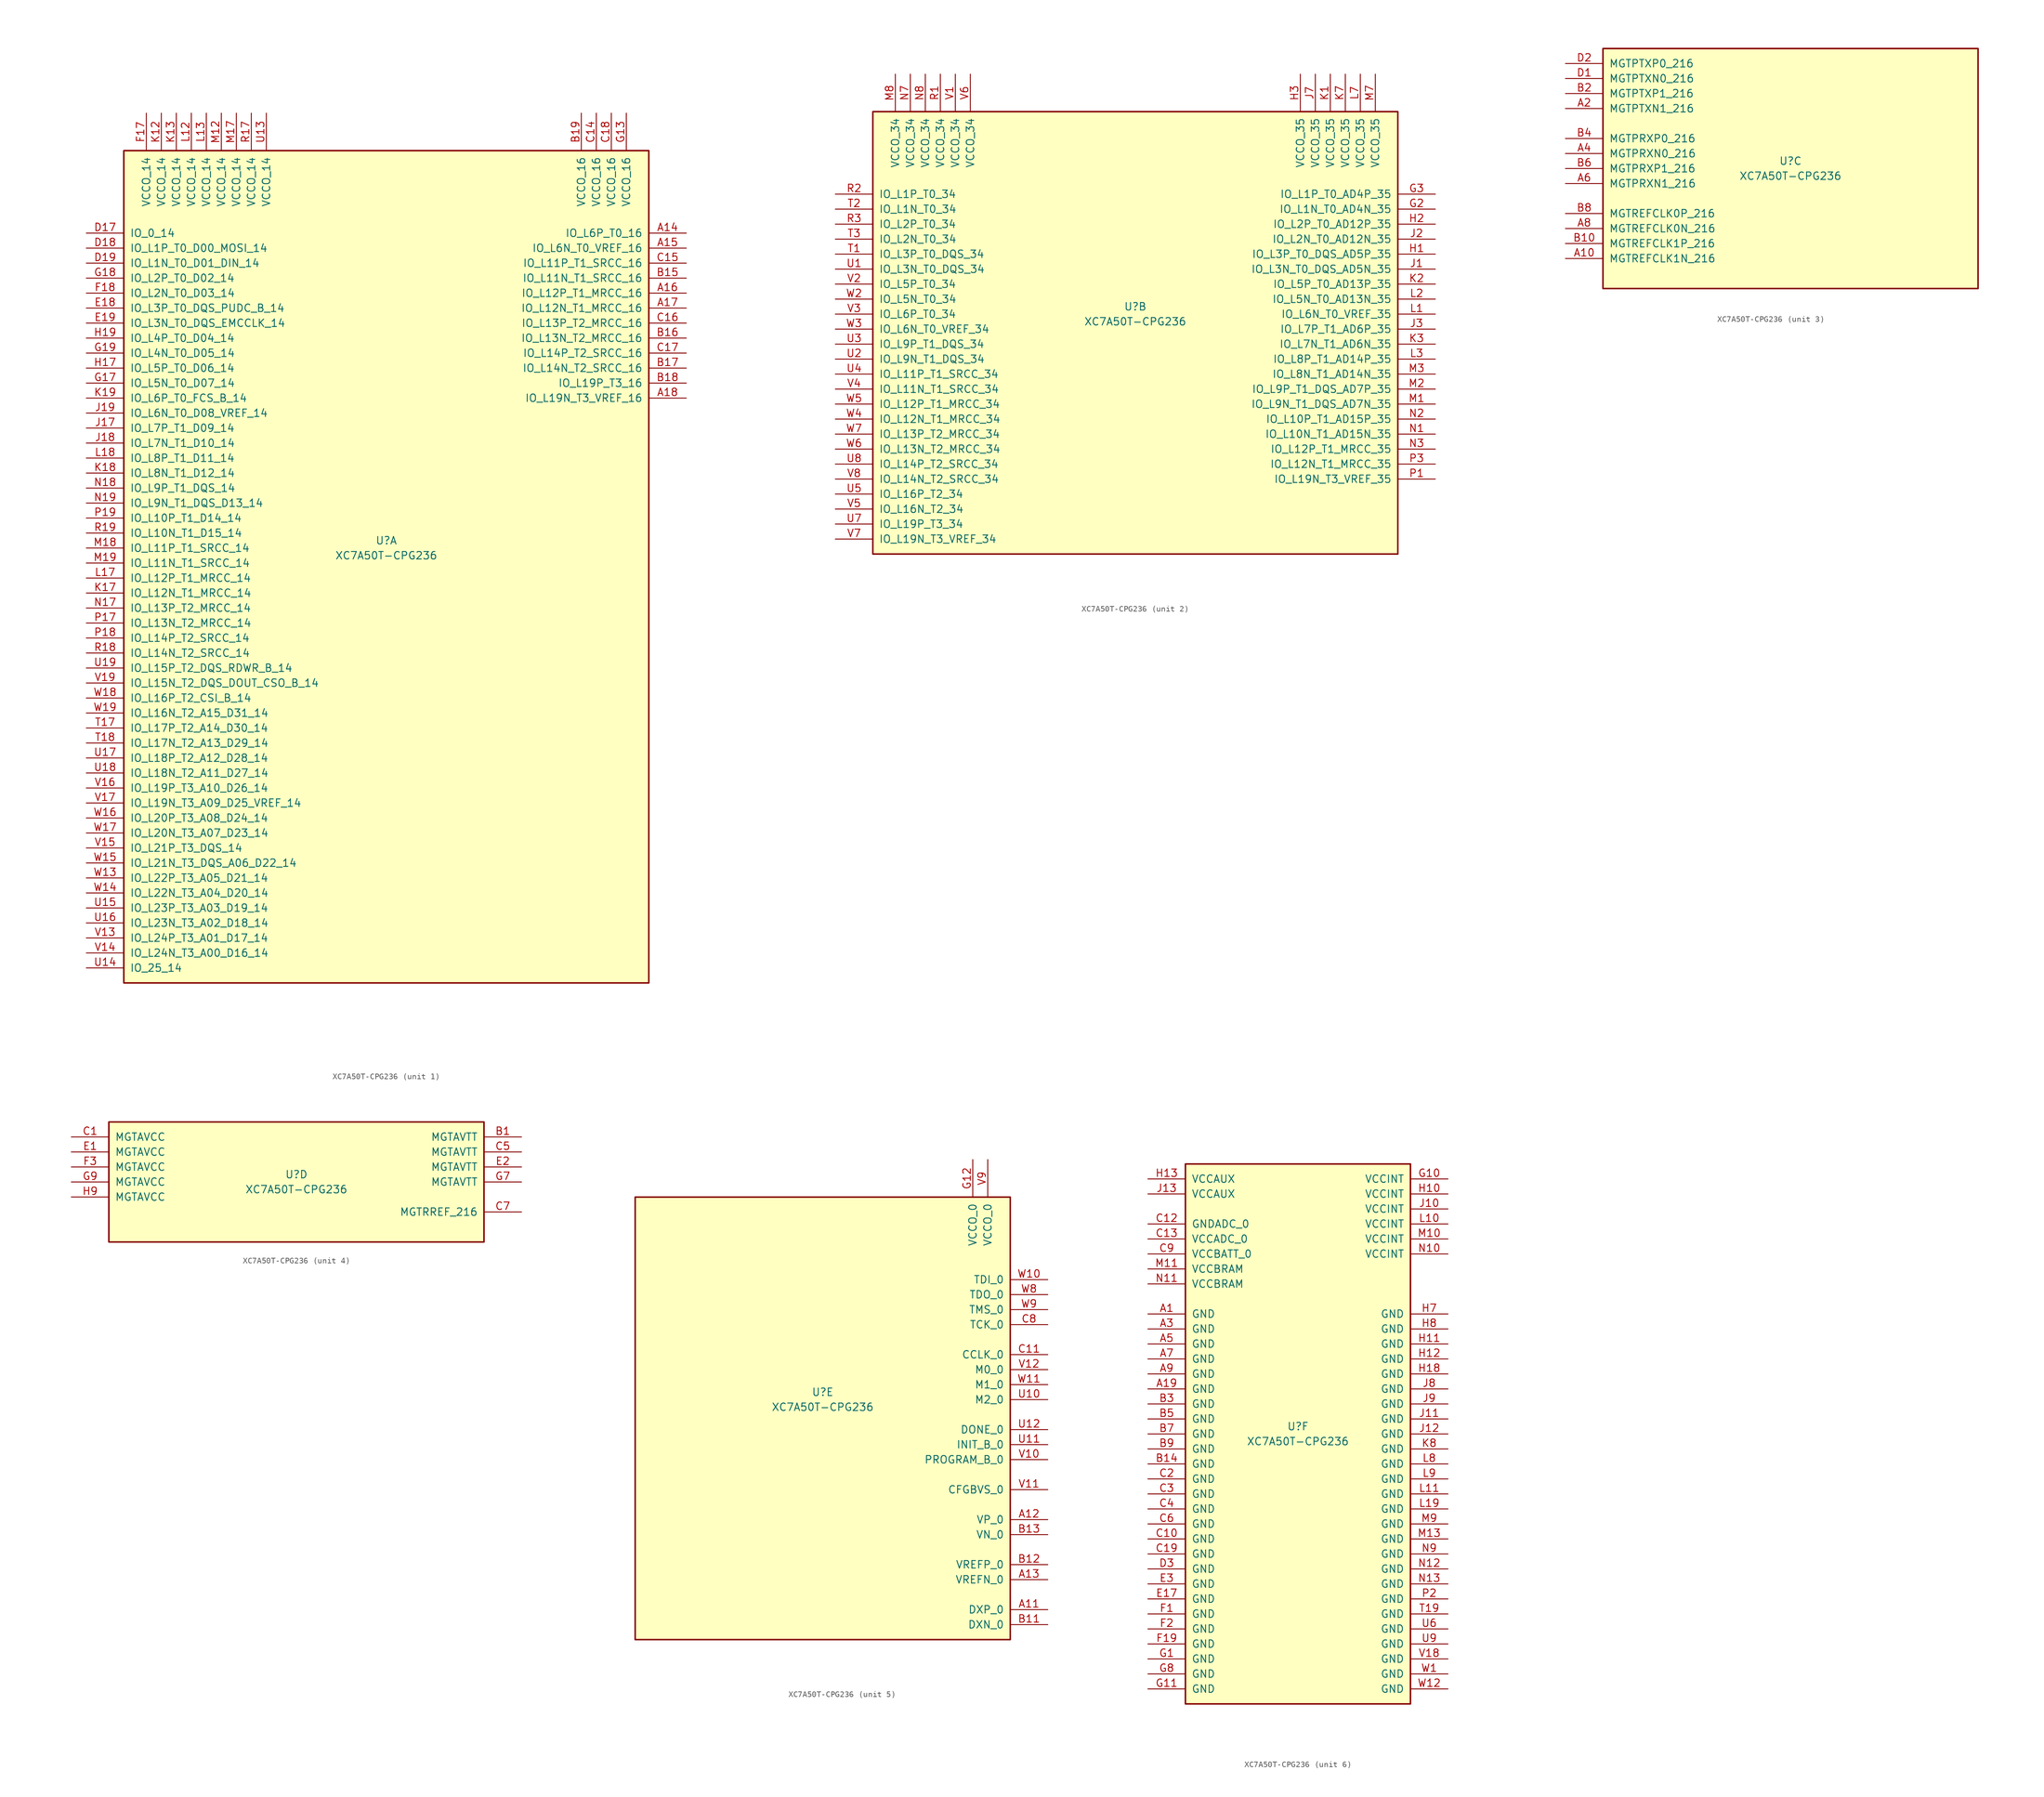
<source format=kicad_sym>
(kicad_symbol_lib
  (version 20231120)
  (generator "kicad_symbol_editor")
  (generator_version "8.0")
  (symbol "XC7A50T-CPG236"
    (pin_names
      (offset 1.016))
    (property "Reference" "U"
      (at 0 1.27 0)
      (effects (font (size 1.27 1.27))))
    (property "Value" "XC7A50T-CPG236"
      (at 0 -1.27 0)
      (effects (font (size 1.27 1.27))))
    (property "Datasheet" ""
      (at 0 0 0)
      (effects (font (size 1.27 1.27))))
    (property "ki_locked" ""
      (at 0 0 0)
      (effects (font (size 1.27 1.27))))
    (symbol "XC7A50T-CPG236_1_1"
      (rectangle (start -44.45 67.31) (end 44.45 -73.66) (stroke (width 0.254) (type solid)) (fill (type background)))
      (pin bidirectional line (at 50.8 53.34 180) (length 6.35) (name "IO_L6P_T0_16" (effects (font (size 1.27 1.27)))) (number "A14" (effects (font (size 1.27 1.27)))))
      (pin bidirectional line (at 50.8 50.8 180) (length 6.35) (name "IO_L6N_T0_VREF_16" (effects (font (size 1.27 1.27)))) (number "A15" (effects (font (size 1.27 1.27)))))
      (pin bidirectional line (at 50.8 43.18 180) (length 6.35) (name "IO_L12P_T1_MRCC_16" (effects (font (size 1.27 1.27)))) (number "A16" (effects (font (size 1.27 1.27)))))
      (pin bidirectional line (at 50.8 40.64 180) (length 6.35) (name "IO_L12N_T1_MRCC_16" (effects (font (size 1.27 1.27)))) (number "A17" (effects (font (size 1.27 1.27)))))
      (pin bidirectional line (at 50.8 25.4 180) (length 6.35) (name "IO_L19N_T3_VREF_16" (effects (font (size 1.27 1.27)))) (number "A18" (effects (font (size 1.27 1.27)))))
      (pin bidirectional line (at 50.8 45.72 180) (length 6.35) (name "IO_L11N_T1_SRCC_16" (effects (font (size 1.27 1.27)))) (number "B15" (effects (font (size 1.27 1.27)))))
      (pin bidirectional line (at 50.8 35.56 180) (length 6.35) (name "IO_L13N_T2_MRCC_16" (effects (font (size 1.27 1.27)))) (number "B16" (effects (font (size 1.27 1.27)))))
      (pin bidirectional line (at 50.8 30.48 180) (length 6.35) (name "IO_L14N_T2_SRCC_16" (effects (font (size 1.27 1.27)))) (number "B17" (effects (font (size 1.27 1.27)))))
      (pin bidirectional line (at 50.8 27.94 180) (length 6.35) (name "IO_L19P_T3_16" (effects (font (size 1.27 1.27)))) (number "B18" (effects (font (size 1.27 1.27)))))
      (pin power_in line (at 33.02 73.66 270) (length 6.35) (name "VCCO_16" (effects (font (size 1.27 1.27)))) (number "B19" (effects (font (size 1.27 1.27)))))
      (pin power_in line (at 35.56 73.66 270) (length 6.35) (name "VCCO_16" (effects (font (size 1.27 1.27)))) (number "C14" (effects (font (size 1.27 1.27)))))
      (pin bidirectional line (at 50.8 48.26 180) (length 6.35) (name "IO_L11P_T1_SRCC_16" (effects (font (size 1.27 1.27)))) (number "C15" (effects (font (size 1.27 1.27)))))
      (pin bidirectional line (at 50.8 38.1 180) (length 6.35) (name "IO_L13P_T2_MRCC_16" (effects (font (size 1.27 1.27)))) (number "C16" (effects (font (size 1.27 1.27)))))
      (pin bidirectional line (at 50.8 33.02 180) (length 6.35) (name "IO_L14P_T2_SRCC_16" (effects (font (size 1.27 1.27)))) (number "C17" (effects (font (size 1.27 1.27)))))
      (pin power_in line (at 38.1 73.66 270) (length 6.35) (name "VCCO_16" (effects (font (size 1.27 1.27)))) (number "C18" (effects (font (size 1.27 1.27)))))
      (pin bidirectional line (at -50.8 53.34 0) (length 6.35) (name "IO_0_14" (effects (font (size 1.27 1.27)))) (number "D17" (effects (font (size 1.27 1.27)))))
      (pin bidirectional line (at -50.8 50.8 0) (length 6.35) (name "IO_L1P_T0_D00_MOSI_14" (effects (font (size 1.27 1.27)))) (number "D18" (effects (font (size 1.27 1.27)))))
      (pin bidirectional line (at -50.8 48.26 0) (length 6.35) (name "IO_L1N_T0_D01_DIN_14" (effects (font (size 1.27 1.27)))) (number "D19" (effects (font (size 1.27 1.27)))))
      (pin bidirectional line (at -50.8 40.64 0) (length 6.35) (name "IO_L3P_T0_DQS_PUDC_B_14" (effects (font (size 1.27 1.27)))) (number "E18" (effects (font (size 1.27 1.27)))))
      (pin bidirectional line (at -50.8 38.1 0) (length 6.35) (name "IO_L3N_T0_DQS_EMCCLK_14" (effects (font (size 1.27 1.27)))) (number "E19" (effects (font (size 1.27 1.27)))))
      (pin power_in line (at -40.64 73.66 270) (length 6.35) (name "VCCO_14" (effects (font (size 1.27 1.27)))) (number "F17" (effects (font (size 1.27 1.27)))))
      (pin bidirectional line (at -50.8 43.18 0) (length 6.35) (name "IO_L2N_T0_D03_14" (effects (font (size 1.27 1.27)))) (number "F18" (effects (font (size 1.27 1.27)))))
      (pin power_in line (at 40.64 73.66 270) (length 6.35) (name "VCCO_16" (effects (font (size 1.27 1.27)))) (number "G13" (effects (font (size 1.27 1.27)))))
      (pin bidirectional line (at -50.8 27.94 0) (length 6.35) (name "IO_L5N_T0_D07_14" (effects (font (size 1.27 1.27)))) (number "G17" (effects (font (size 1.27 1.27)))))
      (pin bidirectional line (at -50.8 45.72 0) (length 6.35) (name "IO_L2P_T0_D02_14" (effects (font (size 1.27 1.27)))) (number "G18" (effects (font (size 1.27 1.27)))))
      (pin bidirectional line (at -50.8 33.02 0) (length 6.35) (name "IO_L4N_T0_D05_14" (effects (font (size 1.27 1.27)))) (number "G19" (effects (font (size 1.27 1.27)))))
      (pin bidirectional line (at -50.8 30.48 0) (length 6.35) (name "IO_L5P_T0_D06_14" (effects (font (size 1.27 1.27)))) (number "H17" (effects (font (size 1.27 1.27)))))
      (pin bidirectional line (at -50.8 35.56 0) (length 6.35) (name "IO_L4P_T0_D04_14" (effects (font (size 1.27 1.27)))) (number "H19" (effects (font (size 1.27 1.27)))))
      (pin bidirectional line (at -50.8 20.32 0) (length 6.35) (name "IO_L7P_T1_D09_14" (effects (font (size 1.27 1.27)))) (number "J17" (effects (font (size 1.27 1.27)))))
      (pin bidirectional line (at -50.8 17.78 0) (length 6.35) (name "IO_L7N_T1_D10_14" (effects (font (size 1.27 1.27)))) (number "J18" (effects (font (size 1.27 1.27)))))
      (pin bidirectional line (at -50.8 22.86 0) (length 6.35) (name "IO_L6N_T0_D08_VREF_14" (effects (font (size 1.27 1.27)))) (number "J19" (effects (font (size 1.27 1.27)))))
      (pin power_in line (at -38.1 73.66 270) (length 6.35) (name "VCCO_14" (effects (font (size 1.27 1.27)))) (number "K12" (effects (font (size 1.27 1.27)))))
      (pin power_in line (at -35.56 73.66 270) (length 6.35) (name "VCCO_14" (effects (font (size 1.27 1.27)))) (number "K13" (effects (font (size 1.27 1.27)))))
      (pin bidirectional line (at -50.8 -7.62 0) (length 6.35) (name "IO_L12N_T1_MRCC_14" (effects (font (size 1.27 1.27)))) (number "K17" (effects (font (size 1.27 1.27)))))
      (pin bidirectional line (at -50.8 12.7 0) (length 6.35) (name "IO_L8N_T1_D12_14" (effects (font (size 1.27 1.27)))) (number "K18" (effects (font (size 1.27 1.27)))))
      (pin bidirectional line (at -50.8 25.4 0) (length 6.35) (name "IO_L6P_T0_FCS_B_14" (effects (font (size 1.27 1.27)))) (number "K19" (effects (font (size 1.27 1.27)))))
      (pin power_in line (at -33.02 73.66 270) (length 6.35) (name "VCCO_14" (effects (font (size 1.27 1.27)))) (number "L12" (effects (font (size 1.27 1.27)))))
      (pin power_in line (at -30.48 73.66 270) (length 6.35) (name "VCCO_14" (effects (font (size 1.27 1.27)))) (number "L13" (effects (font (size 1.27 1.27)))))
      (pin bidirectional line (at -50.8 -5.08 0) (length 6.35) (name "IO_L12P_T1_MRCC_14" (effects (font (size 1.27 1.27)))) (number "L17" (effects (font (size 1.27 1.27)))))
      (pin bidirectional line (at -50.8 15.24 0) (length 6.35) (name "IO_L8P_T1_D11_14" (effects (font (size 1.27 1.27)))) (number "L18" (effects (font (size 1.27 1.27)))))
      (pin power_in line (at -27.94 73.66 270) (length 6.35) (name "VCCO_14" (effects (font (size 1.27 1.27)))) (number "M12" (effects (font (size 1.27 1.27)))))
      (pin power_in line (at -25.4 73.66 270) (length 6.35) (name "VCCO_14" (effects (font (size 1.27 1.27)))) (number "M17" (effects (font (size 1.27 1.27)))))
      (pin bidirectional line (at -50.8 0 0) (length 6.35) (name "IO_L11P_T1_SRCC_14" (effects (font (size 1.27 1.27)))) (number "M18" (effects (font (size 1.27 1.27)))))
      (pin bidirectional line (at -50.8 -2.54 0) (length 6.35) (name "IO_L11N_T1_SRCC_14" (effects (font (size 1.27 1.27)))) (number "M19" (effects (font (size 1.27 1.27)))))
      (pin bidirectional line (at -50.8 -10.16 0) (length 6.35) (name "IO_L13P_T2_MRCC_14" (effects (font (size 1.27 1.27)))) (number "N17" (effects (font (size 1.27 1.27)))))
      (pin bidirectional line (at -50.8 10.16 0) (length 6.35) (name "IO_L9P_T1_DQS_14" (effects (font (size 1.27 1.27)))) (number "N18" (effects (font (size 1.27 1.27)))))
      (pin bidirectional line (at -50.8 7.62 0) (length 6.35) (name "IO_L9N_T1_DQS_D13_14" (effects (font (size 1.27 1.27)))) (number "N19" (effects (font (size 1.27 1.27)))))
      (pin bidirectional line (at -50.8 -12.7 0) (length 6.35) (name "IO_L13N_T2_MRCC_14" (effects (font (size 1.27 1.27)))) (number "P17" (effects (font (size 1.27 1.27)))))
      (pin bidirectional line (at -50.8 -15.24 0) (length 6.35) (name "IO_L14P_T2_SRCC_14" (effects (font (size 1.27 1.27)))) (number "P18" (effects (font (size 1.27 1.27)))))
      (pin bidirectional line (at -50.8 5.08 0) (length 6.35) (name "IO_L10P_T1_D14_14" (effects (font (size 1.27 1.27)))) (number "P19" (effects (font (size 1.27 1.27)))))
      (pin power_in line (at -22.86 73.66 270) (length 6.35) (name "VCCO_14" (effects (font (size 1.27 1.27)))) (number "R17" (effects (font (size 1.27 1.27)))))
      (pin bidirectional line (at -50.8 -17.78 0) (length 6.35) (name "IO_L14N_T2_SRCC_14" (effects (font (size 1.27 1.27)))) (number "R18" (effects (font (size 1.27 1.27)))))
      (pin bidirectional line (at -50.8 2.54 0) (length 6.35) (name "IO_L10N_T1_D15_14" (effects (font (size 1.27 1.27)))) (number "R19" (effects (font (size 1.27 1.27)))))
      (pin bidirectional line (at -50.8 -30.48 0) (length 6.35) (name "IO_L17P_T2_A14_D30_14" (effects (font (size 1.27 1.27)))) (number "T17" (effects (font (size 1.27 1.27)))))
      (pin bidirectional line (at -50.8 -33.02 0) (length 6.35) (name "IO_L17N_T2_A13_D29_14" (effects (font (size 1.27 1.27)))) (number "T18" (effects (font (size 1.27 1.27)))))
      (pin power_in line (at -20.32 73.66 270) (length 6.35) (name "VCCO_14" (effects (font (size 1.27 1.27)))) (number "U13" (effects (font (size 1.27 1.27)))))
      (pin bidirectional line (at -50.8 -71.12 0) (length 6.35) (name "IO_25_14" (effects (font (size 1.27 1.27)))) (number "U14" (effects (font (size 1.27 1.27)))))
      (pin bidirectional line (at -50.8 -60.96 0) (length 6.35) (name "IO_L23P_T3_A03_D19_14" (effects (font (size 1.27 1.27)))) (number "U15" (effects (font (size 1.27 1.27)))))
      (pin bidirectional line (at -50.8 -63.5 0) (length 6.35) (name "IO_L23N_T3_A02_D18_14" (effects (font (size 1.27 1.27)))) (number "U16" (effects (font (size 1.27 1.27)))))
      (pin bidirectional line (at -50.8 -35.56 0) (length 6.35) (name "IO_L18P_T2_A12_D28_14" (effects (font (size 1.27 1.27)))) (number "U17" (effects (font (size 1.27 1.27)))))
      (pin bidirectional line (at -50.8 -38.1 0) (length 6.35) (name "IO_L18N_T2_A11_D27_14" (effects (font (size 1.27 1.27)))) (number "U18" (effects (font (size 1.27 1.27)))))
      (pin bidirectional line (at -50.8 -20.32 0) (length 6.35) (name "IO_L15P_T2_DQS_RDWR_B_14" (effects (font (size 1.27 1.27)))) (number "U19" (effects (font (size 1.27 1.27)))))
      (pin bidirectional line (at -50.8 -66.04 0) (length 6.35) (name "IO_L24P_T3_A01_D17_14" (effects (font (size 1.27 1.27)))) (number "V13" (effects (font (size 1.27 1.27)))))
      (pin bidirectional line (at -50.8 -68.58 0) (length 6.35) (name "IO_L24N_T3_A00_D16_14" (effects (font (size 1.27 1.27)))) (number "V14" (effects (font (size 1.27 1.27)))))
      (pin bidirectional line (at -50.8 -50.8 0) (length 6.35) (name "IO_L21P_T3_DQS_14" (effects (font (size 1.27 1.27)))) (number "V15" (effects (font (size 1.27 1.27)))))
      (pin bidirectional line (at -50.8 -40.64 0) (length 6.35) (name "IO_L19P_T3_A10_D26_14" (effects (font (size 1.27 1.27)))) (number "V16" (effects (font (size 1.27 1.27)))))
      (pin bidirectional line (at -50.8 -43.18 0) (length 6.35) (name "IO_L19N_T3_A09_D25_VREF_14" (effects (font (size 1.27 1.27)))) (number "V17" (effects (font (size 1.27 1.27)))))
      (pin bidirectional line (at -50.8 -22.86 0) (length 6.35) (name "IO_L15N_T2_DQS_DOUT_CSO_B_14" (effects (font (size 1.27 1.27)))) (number "V19" (effects (font (size 1.27 1.27)))))
      (pin bidirectional line (at -50.8 -55.88 0) (length 6.35) (name "IO_L22P_T3_A05_D21_14" (effects (font (size 1.27 1.27)))) (number "W13" (effects (font (size 1.27 1.27)))))
      (pin bidirectional line (at -50.8 -58.42 0) (length 6.35) (name "IO_L22N_T3_A04_D20_14" (effects (font (size 1.27 1.27)))) (number "W14" (effects (font (size 1.27 1.27)))))
      (pin bidirectional line (at -50.8 -53.34 0) (length 6.35) (name "IO_L21N_T3_DQS_A06_D22_14" (effects (font (size 1.27 1.27)))) (number "W15" (effects (font (size 1.27 1.27)))))
      (pin bidirectional line (at -50.8 -45.72 0) (length 6.35) (name "IO_L20P_T3_A08_D24_14" (effects (font (size 1.27 1.27)))) (number "W16" (effects (font (size 1.27 1.27)))))
      (pin bidirectional line (at -50.8 -48.26 0) (length 6.35) (name "IO_L20N_T3_A07_D23_14" (effects (font (size 1.27 1.27)))) (number "W17" (effects (font (size 1.27 1.27)))))
      (pin bidirectional line (at -50.8 -25.4 0) (length 6.35) (name "IO_L16P_T2_CSI_B_14" (effects (font (size 1.27 1.27)))) (number "W18" (effects (font (size 1.27 1.27)))))
      (pin bidirectional line (at -50.8 -27.94 0) (length 6.35) (name "IO_L16N_T2_A15_D31_14" (effects (font (size 1.27 1.27)))) (number "W19" (effects (font (size 1.27 1.27))))))
    (symbol "XC7A50T-CPG236_2_1"
      (rectangle (start -44.45 34.29) (end 44.45 -40.64) (stroke (width 0.254) (type solid)) (fill (type background)))
      (pin bidirectional line (at 50.8 17.78 180) (length 6.35) (name "IO_L1N_T0_AD4N_35" (effects (font (size 1.27 1.27)))) (number "G2" (effects (font (size 1.27 1.27)))))
      (pin bidirectional line (at 50.8 20.32 180) (length 6.35) (name "IO_L1P_T0_AD4P_35" (effects (font (size 1.27 1.27)))) (number "G3" (effects (font (size 1.27 1.27)))))
      (pin bidirectional line (at 50.8 10.16 180) (length 6.35) (name "IO_L3P_T0_DQS_AD5P_35" (effects (font (size 1.27 1.27)))) (number "H1" (effects (font (size 1.27 1.27)))))
      (pin bidirectional line (at 50.8 15.24 180) (length 6.35) (name "IO_L2P_T0_AD12P_35" (effects (font (size 1.27 1.27)))) (number "H2" (effects (font (size 1.27 1.27)))))
      (pin power_in line (at 27.94 40.64 270) (length 6.35) (name "VCCO_35" (effects (font (size 1.27 1.27)))) (number "H3" (effects (font (size 1.27 1.27)))))
      (pin bidirectional line (at 50.8 7.62 180) (length 6.35) (name "IO_L3N_T0_DQS_AD5N_35" (effects (font (size 1.27 1.27)))) (number "J1" (effects (font (size 1.27 1.27)))))
      (pin bidirectional line (at 50.8 12.7 180) (length 6.35) (name "IO_L2N_T0_AD12N_35" (effects (font (size 1.27 1.27)))) (number "J2" (effects (font (size 1.27 1.27)))))
      (pin bidirectional line (at 50.8 -2.54 180) (length 6.35) (name "IO_L7P_T1_AD6P_35" (effects (font (size 1.27 1.27)))) (number "J3" (effects (font (size 1.27 1.27)))))
      (pin power_in line (at 30.48 40.64 270) (length 6.35) (name "VCCO_35" (effects (font (size 1.27 1.27)))) (number "J7" (effects (font (size 1.27 1.27)))))
      (pin power_in line (at 33.02 40.64 270) (length 6.35) (name "VCCO_35" (effects (font (size 1.27 1.27)))) (number "K1" (effects (font (size 1.27 1.27)))))
      (pin bidirectional line (at 50.8 5.08 180) (length 6.35) (name "IO_L5P_T0_AD13P_35" (effects (font (size 1.27 1.27)))) (number "K2" (effects (font (size 1.27 1.27)))))
      (pin bidirectional line (at 50.8 -5.08 180) (length 6.35) (name "IO_L7N_T1_AD6N_35" (effects (font (size 1.27 1.27)))) (number "K3" (effects (font (size 1.27 1.27)))))
      (pin power_in line (at 35.56 40.64 270) (length 6.35) (name "VCCO_35" (effects (font (size 1.27 1.27)))) (number "K7" (effects (font (size 1.27 1.27)))))
      (pin bidirectional line (at 50.8 0 180) (length 6.35) (name "IO_L6N_T0_VREF_35" (effects (font (size 1.27 1.27)))) (number "L1" (effects (font (size 1.27 1.27)))))
      (pin bidirectional line (at 50.8 2.54 180) (length 6.35) (name "IO_L5N_T0_AD13N_35" (effects (font (size 1.27 1.27)))) (number "L2" (effects (font (size 1.27 1.27)))))
      (pin bidirectional line (at 50.8 -7.62 180) (length 6.35) (name "IO_L8P_T1_AD14P_35" (effects (font (size 1.27 1.27)))) (number "L3" (effects (font (size 1.27 1.27)))))
      (pin power_in line (at 38.1 40.64 270) (length 6.35) (name "VCCO_35" (effects (font (size 1.27 1.27)))) (number "L7" (effects (font (size 1.27 1.27)))))
      (pin bidirectional line (at 50.8 -15.24 180) (length 6.35) (name "IO_L9N_T1_DQS_AD7N_35" (effects (font (size 1.27 1.27)))) (number "M1" (effects (font (size 1.27 1.27)))))
      (pin bidirectional line (at 50.8 -12.7 180) (length 6.35) (name "IO_L9P_T1_DQS_AD7P_35" (effects (font (size 1.27 1.27)))) (number "M2" (effects (font (size 1.27 1.27)))))
      (pin bidirectional line (at 50.8 -10.16 180) (length 6.35) (name "IO_L8N_T1_AD14N_35" (effects (font (size 1.27 1.27)))) (number "M3" (effects (font (size 1.27 1.27)))))
      (pin power_in line (at 40.64 40.64 270) (length 6.35) (name "VCCO_35" (effects (font (size 1.27 1.27)))) (number "M7" (effects (font (size 1.27 1.27)))))
      (pin power_in line (at -40.64 40.64 270) (length 6.35) (name "VCCO_34" (effects (font (size 1.27 1.27)))) (number "M8" (effects (font (size 1.27 1.27)))))
      (pin bidirectional line (at 50.8 -20.32 180) (length 6.35) (name "IO_L10N_T1_AD15N_35" (effects (font (size 1.27 1.27)))) (number "N1" (effects (font (size 1.27 1.27)))))
      (pin bidirectional line (at 50.8 -17.78 180) (length 6.35) (name "IO_L10P_T1_AD15P_35" (effects (font (size 1.27 1.27)))) (number "N2" (effects (font (size 1.27 1.27)))))
      (pin bidirectional line (at 50.8 -22.86 180) (length 6.35) (name "IO_L12P_T1_MRCC_35" (effects (font (size 1.27 1.27)))) (number "N3" (effects (font (size 1.27 1.27)))))
      (pin power_in line (at -38.1 40.64 270) (length 6.35) (name "VCCO_34" (effects (font (size 1.27 1.27)))) (number "N7" (effects (font (size 1.27 1.27)))))
      (pin power_in line (at -35.56 40.64 270) (length 6.35) (name "VCCO_34" (effects (font (size 1.27 1.27)))) (number "N8" (effects (font (size 1.27 1.27)))))
      (pin bidirectional line (at 50.8 -27.94 180) (length 6.35) (name "IO_L19N_T3_VREF_35" (effects (font (size 1.27 1.27)))) (number "P1" (effects (font (size 1.27 1.27)))))
      (pin bidirectional line (at 50.8 -25.4 180) (length 6.35) (name "IO_L12N_T1_MRCC_35" (effects (font (size 1.27 1.27)))) (number "P3" (effects (font (size 1.27 1.27)))))
      (pin power_in line (at -33.02 40.64 270) (length 6.35) (name "VCCO_34" (effects (font (size 1.27 1.27)))) (number "R1" (effects (font (size 1.27 1.27)))))
      (pin bidirectional line (at -50.8 20.32 0) (length 6.35) (name "IO_L1P_T0_34" (effects (font (size 1.27 1.27)))) (number "R2" (effects (font (size 1.27 1.27)))))
      (pin bidirectional line (at -50.8 15.24 0) (length 6.35) (name "IO_L2P_T0_34" (effects (font (size 1.27 1.27)))) (number "R3" (effects (font (size 1.27 1.27)))))
      (pin bidirectional line (at -50.8 10.16 0) (length 6.35) (name "IO_L3P_T0_DQS_34" (effects (font (size 1.27 1.27)))) (number "T1" (effects (font (size 1.27 1.27)))))
      (pin bidirectional line (at -50.8 17.78 0) (length 6.35) (name "IO_L1N_T0_34" (effects (font (size 1.27 1.27)))) (number "T2" (effects (font (size 1.27 1.27)))))
      (pin bidirectional line (at -50.8 12.7 0) (length 6.35) (name "IO_L2N_T0_34" (effects (font (size 1.27 1.27)))) (number "T3" (effects (font (size 1.27 1.27)))))
      (pin bidirectional line (at -50.8 7.62 0) (length 6.35) (name "IO_L3N_T0_DQS_34" (effects (font (size 1.27 1.27)))) (number "U1" (effects (font (size 1.27 1.27)))))
      (pin bidirectional line (at -50.8 -7.62 0) (length 6.35) (name "IO_L9N_T1_DQS_34" (effects (font (size 1.27 1.27)))) (number "U2" (effects (font (size 1.27 1.27)))))
      (pin bidirectional line (at -50.8 -5.08 0) (length 6.35) (name "IO_L9P_T1_DQS_34" (effects (font (size 1.27 1.27)))) (number "U3" (effects (font (size 1.27 1.27)))))
      (pin bidirectional line (at -50.8 -10.16 0) (length 6.35) (name "IO_L11P_T1_SRCC_34" (effects (font (size 1.27 1.27)))) (number "U4" (effects (font (size 1.27 1.27)))))
      (pin bidirectional line (at -50.8 -30.48 0) (length 6.35) (name "IO_L16P_T2_34" (effects (font (size 1.27 1.27)))) (number "U5" (effects (font (size 1.27 1.27)))))
      (pin bidirectional line (at -50.8 -35.56 0) (length 6.35) (name "IO_L19P_T3_34" (effects (font (size 1.27 1.27)))) (number "U7" (effects (font (size 1.27 1.27)))))
      (pin bidirectional line (at -50.8 -25.4 0) (length 6.35) (name "IO_L14P_T2_SRCC_34" (effects (font (size 1.27 1.27)))) (number "U8" (effects (font (size 1.27 1.27)))))
      (pin power_in line (at -30.48 40.64 270) (length 6.35) (name "VCCO_34" (effects (font (size 1.27 1.27)))) (number "V1" (effects (font (size 1.27 1.27)))))
      (pin bidirectional line (at -50.8 5.08 0) (length 6.35) (name "IO_L5P_T0_34" (effects (font (size 1.27 1.27)))) (number "V2" (effects (font (size 1.27 1.27)))))
      (pin bidirectional line (at -50.8 0 0) (length 6.35) (name "IO_L6P_T0_34" (effects (font (size 1.27 1.27)))) (number "V3" (effects (font (size 1.27 1.27)))))
      (pin bidirectional line (at -50.8 -12.7 0) (length 6.35) (name "IO_L11N_T1_SRCC_34" (effects (font (size 1.27 1.27)))) (number "V4" (effects (font (size 1.27 1.27)))))
      (pin bidirectional line (at -50.8 -33.02 0) (length 6.35) (name "IO_L16N_T2_34" (effects (font (size 1.27 1.27)))) (number "V5" (effects (font (size 1.27 1.27)))))
      (pin power_in line (at -27.94 40.64 270) (length 6.35) (name "VCCO_34" (effects (font (size 1.27 1.27)))) (number "V6" (effects (font (size 1.27 1.27)))))
      (pin bidirectional line (at -50.8 -38.1 0) (length 6.35) (name "IO_L19N_T3_VREF_34" (effects (font (size 1.27 1.27)))) (number "V7" (effects (font (size 1.27 1.27)))))
      (pin bidirectional line (at -50.8 -27.94 0) (length 6.35) (name "IO_L14N_T2_SRCC_34" (effects (font (size 1.27 1.27)))) (number "V8" (effects (font (size 1.27 1.27)))))
      (pin bidirectional line (at -50.8 2.54 0) (length 6.35) (name "IO_L5N_T0_34" (effects (font (size 1.27 1.27)))) (number "W2" (effects (font (size 1.27 1.27)))))
      (pin bidirectional line (at -50.8 -2.54 0) (length 6.35) (name "IO_L6N_T0_VREF_34" (effects (font (size 1.27 1.27)))) (number "W3" (effects (font (size 1.27 1.27)))))
      (pin bidirectional line (at -50.8 -17.78 0) (length 6.35) (name "IO_L12N_T1_MRCC_34" (effects (font (size 1.27 1.27)))) (number "W4" (effects (font (size 1.27 1.27)))))
      (pin bidirectional line (at -50.8 -15.24 0) (length 6.35) (name "IO_L12P_T1_MRCC_34" (effects (font (size 1.27 1.27)))) (number "W5" (effects (font (size 1.27 1.27)))))
      (pin bidirectional line (at -50.8 -22.86 0) (length 6.35) (name "IO_L13N_T2_MRCC_34" (effects (font (size 1.27 1.27)))) (number "W6" (effects (font (size 1.27 1.27)))))
      (pin bidirectional line (at -50.8 -20.32 0) (length 6.35) (name "IO_L13P_T2_MRCC_34" (effects (font (size 1.27 1.27)))) (number "W7" (effects (font (size 1.27 1.27))))))
    (symbol "XC7A50T-CPG236_3_1"
      (rectangle (start -31.75 20.32) (end 31.75 -20.32) (stroke (width 0.254) (type solid)) (fill (type background)))
      (pin bidirectional line (at -38.1 -15.24 0) (length 6.35) (name "MGTREFCLK1N_216" (effects (font (size 1.27 1.27)))) (number "A10" (effects (font (size 1.27 1.27)))))
      (pin bidirectional line (at -38.1 10.16 0) (length 6.35) (name "MGTPTXN1_216" (effects (font (size 1.27 1.27)))) (number "A2" (effects (font (size 1.27 1.27)))))
      (pin bidirectional line (at -38.1 2.54 0) (length 6.35) (name "MGTPRXN0_216" (effects (font (size 1.27 1.27)))) (number "A4" (effects (font (size 1.27 1.27)))))
      (pin bidirectional line (at -38.1 -2.54 0) (length 6.35) (name "MGTPRXN1_216" (effects (font (size 1.27 1.27)))) (number "A6" (effects (font (size 1.27 1.27)))))
      (pin bidirectional line (at -38.1 -10.16 0) (length 6.35) (name "MGTREFCLK0N_216" (effects (font (size 1.27 1.27)))) (number "A8" (effects (font (size 1.27 1.27)))))
      (pin bidirectional line (at -38.1 -12.7 0) (length 6.35) (name "MGTREFCLK1P_216" (effects (font (size 1.27 1.27)))) (number "B10" (effects (font (size 1.27 1.27)))))
      (pin bidirectional line (at -38.1 12.7 0) (length 6.35) (name "MGTPTXP1_216" (effects (font (size 1.27 1.27)))) (number "B2" (effects (font (size 1.27 1.27)))))
      (pin bidirectional line (at -38.1 5.08 0) (length 6.35) (name "MGTPRXP0_216" (effects (font (size 1.27 1.27)))) (number "B4" (effects (font (size 1.27 1.27)))))
      (pin bidirectional line (at -38.1 0 0) (length 6.35) (name "MGTPRXP1_216" (effects (font (size 1.27 1.27)))) (number "B6" (effects (font (size 1.27 1.27)))))
      (pin bidirectional line (at -38.1 -7.62 0) (length 6.35) (name "MGTREFCLK0P_216" (effects (font (size 1.27 1.27)))) (number "B8" (effects (font (size 1.27 1.27)))))
      (pin bidirectional line (at -38.1 15.24 0) (length 6.35) (name "MGTPTXN0_216" (effects (font (size 1.27 1.27)))) (number "D1" (effects (font (size 1.27 1.27)))))
      (pin bidirectional line (at -38.1 17.78 0) (length 6.35) (name "MGTPTXP0_216" (effects (font (size 1.27 1.27)))) (number "D2" (effects (font (size 1.27 1.27))))))
    (symbol "XC7A50T-CPG236_4_1"
      (rectangle (start -31.75 10.16) (end 31.75 -10.16) (stroke (width 0.254) (type solid)) (fill (type background)))
      (pin power_in line (at 38.1 7.62 180) (length 6.35) (name "MGTAVTT" (effects (font (size 1.27 1.27)))) (number "B1" (effects (font (size 1.27 1.27)))))
      (pin power_in line (at -38.1 7.62 0) (length 6.35) (name "MGTAVCC" (effects (font (size 1.27 1.27)))) (number "C1" (effects (font (size 1.27 1.27)))))
      (pin power_in line (at 38.1 5.08 180) (length 6.35) (name "MGTAVTT" (effects (font (size 1.27 1.27)))) (number "C5" (effects (font (size 1.27 1.27)))))
      (pin power_in line (at 38.1 -5.08 180) (length 6.35) (name "MGTRREF_216" (effects (font (size 1.27 1.27)))) (number "C7" (effects (font (size 1.27 1.27)))))
      (pin power_in line (at -38.1 5.08 0) (length 6.35) (name "MGTAVCC" (effects (font (size 1.27 1.27)))) (number "E1" (effects (font (size 1.27 1.27)))))
      (pin power_in line (at 38.1 2.54 180) (length 6.35) (name "MGTAVTT" (effects (font (size 1.27 1.27)))) (number "E2" (effects (font (size 1.27 1.27)))))
      (pin power_in line (at -38.1 2.54 0) (length 6.35) (name "MGTAVCC" (effects (font (size 1.27 1.27)))) (number "F3" (effects (font (size 1.27 1.27)))))
      (pin power_in line (at 38.1 0 180) (length 6.35) (name "MGTAVTT" (effects (font (size 1.27 1.27)))) (number "G7" (effects (font (size 1.27 1.27)))))
      (pin power_in line (at -38.1 0 0) (length 6.35) (name "MGTAVCC" (effects (font (size 1.27 1.27)))) (number "G9" (effects (font (size 1.27 1.27)))))
      (pin power_in line (at -38.1 -2.54 0) (length 6.35) (name "MGTAVCC" (effects (font (size 1.27 1.27)))) (number "H9" (effects (font (size 1.27 1.27))))))
    (symbol "XC7A50T-CPG236_5_1"
      (rectangle (start -31.75 34.29) (end 31.75 -40.64) (stroke (width 0.254) (type solid)) (fill (type background)))
      (pin bidirectional line (at 38.1 -35.56 180) (length 6.35) (name "DXP_0" (effects (font (size 1.27 1.27)))) (number "A11" (effects (font (size 1.27 1.27)))))
      (pin bidirectional line (at 38.1 -20.32 180) (length 6.35) (name "VP_0" (effects (font (size 1.27 1.27)))) (number "A12" (effects (font (size 1.27 1.27)))))
      (pin bidirectional line (at 38.1 -30.48 180) (length 6.35) (name "VREFN_0" (effects (font (size 1.27 1.27)))) (number "A13" (effects (font (size 1.27 1.27)))))
      (pin bidirectional line (at 38.1 -38.1 180) (length 6.35) (name "DXN_0" (effects (font (size 1.27 1.27)))) (number "B11" (effects (font (size 1.27 1.27)))))
      (pin bidirectional line (at 38.1 -27.94 180) (length 6.35) (name "VREFP_0" (effects (font (size 1.27 1.27)))) (number "B12" (effects (font (size 1.27 1.27)))))
      (pin bidirectional line (at 38.1 -22.86 180) (length 6.35) (name "VN_0" (effects (font (size 1.27 1.27)))) (number "B13" (effects (font (size 1.27 1.27)))))
      (pin bidirectional line (at 38.1 7.62 180) (length 6.35) (name "CCLK_0" (effects (font (size 1.27 1.27)))) (number "C11" (effects (font (size 1.27 1.27)))))
      (pin bidirectional line (at 38.1 12.7 180) (length 6.35) (name "TCK_0" (effects (font (size 1.27 1.27)))) (number "C8" (effects (font (size 1.27 1.27)))))
      (pin power_in line (at 25.4 40.64 270) (length 6.35) (name "VCCO_0" (effects (font (size 1.27 1.27)))) (number "G12" (effects (font (size 1.27 1.27)))))
      (pin bidirectional line (at 38.1 0 180) (length 6.35) (name "M2_0" (effects (font (size 1.27 1.27)))) (number "U10" (effects (font (size 1.27 1.27)))))
      (pin bidirectional line (at 38.1 -7.62 180) (length 6.35) (name "INIT_B_0" (effects (font (size 1.27 1.27)))) (number "U11" (effects (font (size 1.27 1.27)))))
      (pin bidirectional line (at 38.1 -5.08 180) (length 6.35) (name "DONE_0" (effects (font (size 1.27 1.27)))) (number "U12" (effects (font (size 1.27 1.27)))))
      (pin bidirectional line (at 38.1 -10.16 180) (length 6.35) (name "PROGRAM_B_0" (effects (font (size 1.27 1.27)))) (number "V10" (effects (font (size 1.27 1.27)))))
      (pin bidirectional line (at 38.1 -15.24 180) (length 6.35) (name "CFGBVS_0" (effects (font (size 1.27 1.27)))) (number "V11" (effects (font (size 1.27 1.27)))))
      (pin bidirectional line (at 38.1 5.08 180) (length 6.35) (name "M0_0" (effects (font (size 1.27 1.27)))) (number "V12" (effects (font (size 1.27 1.27)))))
      (pin power_in line (at 27.94 40.64 270) (length 6.35) (name "VCCO_0" (effects (font (size 1.27 1.27)))) (number "V9" (effects (font (size 1.27 1.27)))))
      (pin bidirectional line (at 38.1 20.32 180) (length 6.35) (name "TDI_0" (effects (font (size 1.27 1.27)))) (number "W10" (effects (font (size 1.27 1.27)))))
      (pin bidirectional line (at 38.1 2.54 180) (length 6.35) (name "M1_0" (effects (font (size 1.27 1.27)))) (number "W11" (effects (font (size 1.27 1.27)))))
      (pin bidirectional line (at 38.1 17.78 180) (length 6.35) (name "TDO_0" (effects (font (size 1.27 1.27)))) (number "W8" (effects (font (size 1.27 1.27)))))
      (pin bidirectional line (at 38.1 15.24 180) (length 6.35) (name "TMS_0" (effects (font (size 1.27 1.27)))) (number "W9" (effects (font (size 1.27 1.27))))))
    (symbol "XC7A50T-CPG236_6_1"
      (rectangle (start -19.05 45.72) (end 19.05 -45.72) (stroke (width 0.254) (type solid)) (fill (type background)))
      (pin power_in line (at -25.4 20.32 0) (length 6.35) (name "GND" (effects (font (size 1.27 1.27)))) (number "A1" (effects (font (size 1.27 1.27)))))
      (pin power_in line (at -25.4 7.62 0) (length 6.35) (name "GND" (effects (font (size 1.27 1.27)))) (number "A19" (effects (font (size 1.27 1.27)))))
      (pin power_in line (at -25.4 17.78 0) (length 6.35) (name "GND" (effects (font (size 1.27 1.27)))) (number "A3" (effects (font (size 1.27 1.27)))))
      (pin power_in line (at -25.4 15.24 0) (length 6.35) (name "GND" (effects (font (size 1.27 1.27)))) (number "A5" (effects (font (size 1.27 1.27)))))
      (pin power_in line (at -25.4 12.7 0) (length 6.35) (name "GND" (effects (font (size 1.27 1.27)))) (number "A7" (effects (font (size 1.27 1.27)))))
      (pin power_in line (at -25.4 10.16 0) (length 6.35) (name "GND" (effects (font (size 1.27 1.27)))) (number "A9" (effects (font (size 1.27 1.27)))))
      (pin power_in line (at -25.4 -5.08 0) (length 6.35) (name "GND" (effects (font (size 1.27 1.27)))) (number "B14" (effects (font (size 1.27 1.27)))))
      (pin power_in line (at -25.4 5.08 0) (length 6.35) (name "GND" (effects (font (size 1.27 1.27)))) (number "B3" (effects (font (size 1.27 1.27)))))
      (pin power_in line (at -25.4 2.54 0) (length 6.35) (name "GND" (effects (font (size 1.27 1.27)))) (number "B5" (effects (font (size 1.27 1.27)))))
      (pin power_in line (at -25.4 0 0) (length 6.35) (name "GND" (effects (font (size 1.27 1.27)))) (number "B7" (effects (font (size 1.27 1.27)))))
      (pin power_in line (at -25.4 -2.54 0) (length 6.35) (name "GND" (effects (font (size 1.27 1.27)))) (number "B9" (effects (font (size 1.27 1.27)))))
      (pin power_in line (at -25.4 -17.78 0) (length 6.35) (name "GND" (effects (font (size 1.27 1.27)))) (number "C10" (effects (font (size 1.27 1.27)))))
      (pin power_in line (at -25.4 35.56 0) (length 6.35) (name "GNDADC_0" (effects (font (size 1.27 1.27)))) (number "C12" (effects (font (size 1.27 1.27)))))
      (pin power_in line (at -25.4 33.02 0) (length 6.35) (name "VCCADC_0" (effects (font (size 1.27 1.27)))) (number "C13" (effects (font (size 1.27 1.27)))))
      (pin power_in line (at -25.4 -20.32 0) (length 6.35) (name "GND" (effects (font (size 1.27 1.27)))) (number "C19" (effects (font (size 1.27 1.27)))))
      (pin power_in line (at -25.4 -7.62 0) (length 6.35) (name "GND" (effects (font (size 1.27 1.27)))) (number "C2" (effects (font (size 1.27 1.27)))))
      (pin power_in line (at -25.4 -10.16 0) (length 6.35) (name "GND" (effects (font (size 1.27 1.27)))) (number "C3" (effects (font (size 1.27 1.27)))))
      (pin power_in line (at -25.4 -12.7 0) (length 6.35) (name "GND" (effects (font (size 1.27 1.27)))) (number "C4" (effects (font (size 1.27 1.27)))))
      (pin power_in line (at -25.4 -15.24 0) (length 6.35) (name "GND" (effects (font (size 1.27 1.27)))) (number "C6" (effects (font (size 1.27 1.27)))))
      (pin power_in line (at -25.4 30.48 0) (length 6.35) (name "VCCBATT_0" (effects (font (size 1.27 1.27)))) (number "C9" (effects (font (size 1.27 1.27)))))
      (pin power_in line (at -25.4 -22.86 0) (length 6.35) (name "GND" (effects (font (size 1.27 1.27)))) (number "D3" (effects (font (size 1.27 1.27)))))
      (pin power_in line (at -25.4 -27.94 0) (length 6.35) (name "GND" (effects (font (size 1.27 1.27)))) (number "E17" (effects (font (size 1.27 1.27)))))
      (pin power_in line (at -25.4 -25.4 0) (length 6.35) (name "GND" (effects (font (size 1.27 1.27)))) (number "E3" (effects (font (size 1.27 1.27)))))
      (pin power_in line (at -25.4 -30.48 0) (length 6.35) (name "GND" (effects (font (size 1.27 1.27)))) (number "F1" (effects (font (size 1.27 1.27)))))
      (pin power_in line (at -25.4 -35.56 0) (length 6.35) (name "GND" (effects (font (size 1.27 1.27)))) (number "F19" (effects (font (size 1.27 1.27)))))
      (pin power_in line (at -25.4 -33.02 0) (length 6.35) (name "GND" (effects (font (size 1.27 1.27)))) (number "F2" (effects (font (size 1.27 1.27)))))
      (pin power_in line (at -25.4 -38.1 0) (length 6.35) (name "GND" (effects (font (size 1.27 1.27)))) (number "G1" (effects (font (size 1.27 1.27)))))
      (pin power_in line (at 25.4 43.18 180) (length 6.35) (name "VCCINT" (effects (font (size 1.27 1.27)))) (number "G10" (effects (font (size 1.27 1.27)))))
      (pin power_in line (at -25.4 -43.18 0) (length 6.35) (name "GND" (effects (font (size 1.27 1.27)))) (number "G11" (effects (font (size 1.27 1.27)))))
      (pin power_in line (at -25.4 -40.64 0) (length 6.35) (name "GND" (effects (font (size 1.27 1.27)))) (number "G8" (effects (font (size 1.27 1.27)))))
      (pin power_in line (at 25.4 40.64 180) (length 6.35) (name "VCCINT" (effects (font (size 1.27 1.27)))) (number "H10" (effects (font (size 1.27 1.27)))))
      (pin power_in line (at 25.4 15.24 180) (length 6.35) (name "GND" (effects (font (size 1.27 1.27)))) (number "H11" (effects (font (size 1.27 1.27)))))
      (pin power_in line (at 25.4 12.7 180) (length 6.35) (name "GND" (effects (font (size 1.27 1.27)))) (number "H12" (effects (font (size 1.27 1.27)))))
      (pin power_in line (at -25.4 43.18 0) (length 6.35) (name "VCCAUX" (effects (font (size 1.27 1.27)))) (number "H13" (effects (font (size 1.27 1.27)))))
      (pin power_in line (at 25.4 10.16 180) (length 6.35) (name "GND" (effects (font (size 1.27 1.27)))) (number "H18" (effects (font (size 1.27 1.27)))))
      (pin power_in line (at 25.4 20.32 180) (length 6.35) (name "GND" (effects (font (size 1.27 1.27)))) (number "H7" (effects (font (size 1.27 1.27)))))
      (pin power_in line (at 25.4 17.78 180) (length 6.35) (name "GND" (effects (font (size 1.27 1.27)))) (number "H8" (effects (font (size 1.27 1.27)))))
      (pin power_in line (at 25.4 38.1 180) (length 6.35) (name "VCCINT" (effects (font (size 1.27 1.27)))) (number "J10" (effects (font (size 1.27 1.27)))))
      (pin power_in line (at 25.4 2.54 180) (length 6.35) (name "GND" (effects (font (size 1.27 1.27)))) (number "J11" (effects (font (size 1.27 1.27)))))
      (pin power_in line (at 25.4 0 180) (length 6.35) (name "GND" (effects (font (size 1.27 1.27)))) (number "J12" (effects (font (size 1.27 1.27)))))
      (pin power_in line (at -25.4 40.64 0) (length 6.35) (name "VCCAUX" (effects (font (size 1.27 1.27)))) (number "J13" (effects (font (size 1.27 1.27)))))
      (pin power_in line (at 25.4 7.62 180) (length 6.35) (name "GND" (effects (font (size 1.27 1.27)))) (number "J8" (effects (font (size 1.27 1.27)))))
      (pin power_in line (at 25.4 5.08 180) (length 6.35) (name "GND" (effects (font (size 1.27 1.27)))) (number "J9" (effects (font (size 1.27 1.27)))))
      (pin power_in line (at 25.4 -2.54 180) (length 6.35) (name "GND" (effects (font (size 1.27 1.27)))) (number "K8" (effects (font (size 1.27 1.27)))))
      (pin power_in line (at 25.4 35.56 180) (length 6.35) (name "VCCINT" (effects (font (size 1.27 1.27)))) (number "L10" (effects (font (size 1.27 1.27)))))
      (pin power_in line (at 25.4 -10.16 180) (length 6.35) (name "GND" (effects (font (size 1.27 1.27)))) (number "L11" (effects (font (size 1.27 1.27)))))
      (pin power_in line (at 25.4 -12.7 180) (length 6.35) (name "GND" (effects (font (size 1.27 1.27)))) (number "L19" (effects (font (size 1.27 1.27)))))
      (pin power_in line (at 25.4 -5.08 180) (length 6.35) (name "GND" (effects (font (size 1.27 1.27)))) (number "L8" (effects (font (size 1.27 1.27)))))
      (pin power_in line (at 25.4 -7.62 180) (length 6.35) (name "GND" (effects (font (size 1.27 1.27)))) (number "L9" (effects (font (size 1.27 1.27)))))
      (pin power_in line (at 25.4 33.02 180) (length 6.35) (name "VCCINT" (effects (font (size 1.27 1.27)))) (number "M10" (effects (font (size 1.27 1.27)))))
      (pin power_in line (at -25.4 27.94 0) (length 6.35) (name "VCCBRAM" (effects (font (size 1.27 1.27)))) (number "M11" (effects (font (size 1.27 1.27)))))
      (pin power_in line (at 25.4 -17.78 180) (length 6.35) (name "GND" (effects (font (size 1.27 1.27)))) (number "M13" (effects (font (size 1.27 1.27)))))
      (pin power_in line (at 25.4 -15.24 180) (length 6.35) (name "GND" (effects (font (size 1.27 1.27)))) (number "M9" (effects (font (size 1.27 1.27)))))
      (pin power_in line (at 25.4 30.48 180) (length 6.35) (name "VCCINT" (effects (font (size 1.27 1.27)))) (number "N10" (effects (font (size 1.27 1.27)))))
      (pin power_in line (at -25.4 25.4 0) (length 6.35) (name "VCCBRAM" (effects (font (size 1.27 1.27)))) (number "N11" (effects (font (size 1.27 1.27)))))
      (pin power_in line (at 25.4 -22.86 180) (length 6.35) (name "GND" (effects (font (size 1.27 1.27)))) (number "N12" (effects (font (size 1.27 1.27)))))
      (pin power_in line (at 25.4 -25.4 180) (length 6.35) (name "GND" (effects (font (size 1.27 1.27)))) (number "N13" (effects (font (size 1.27 1.27)))))
      (pin power_in line (at 25.4 -20.32 180) (length 6.35) (name "GND" (effects (font (size 1.27 1.27)))) (number "N9" (effects (font (size 1.27 1.27)))))
      (pin power_in line (at 25.4 -27.94 180) (length 6.35) (name "GND" (effects (font (size 1.27 1.27)))) (number "P2" (effects (font (size 1.27 1.27)))))
      (pin power_in line (at 25.4 -30.48 180) (length 6.35) (name "GND" (effects (font (size 1.27 1.27)))) (number "T19" (effects (font (size 1.27 1.27)))))
      (pin power_in line (at 25.4 -33.02 180) (length 6.35) (name "GND" (effects (font (size 1.27 1.27)))) (number "U6" (effects (font (size 1.27 1.27)))))
      (pin power_in line (at 25.4 -35.56 180) (length 6.35) (name "GND" (effects (font (size 1.27 1.27)))) (number "U9" (effects (font (size 1.27 1.27)))))
      (pin power_in line (at 25.4 -38.1 180) (length 6.35) (name "GND" (effects (font (size 1.27 1.27)))) (number "V18" (effects (font (size 1.27 1.27)))))
      (pin power_in line (at 25.4 -40.64 180) (length 6.35) (name "GND" (effects (font (size 1.27 1.27)))) (number "W1" (effects (font (size 1.27 1.27)))))
      (pin power_in line (at 25.4 -43.18 180) (length 6.35) (name "GND" (effects (font (size 1.27 1.27)))) (number "W12" (effects (font (size 1.27 1.27))))))))
</source>
